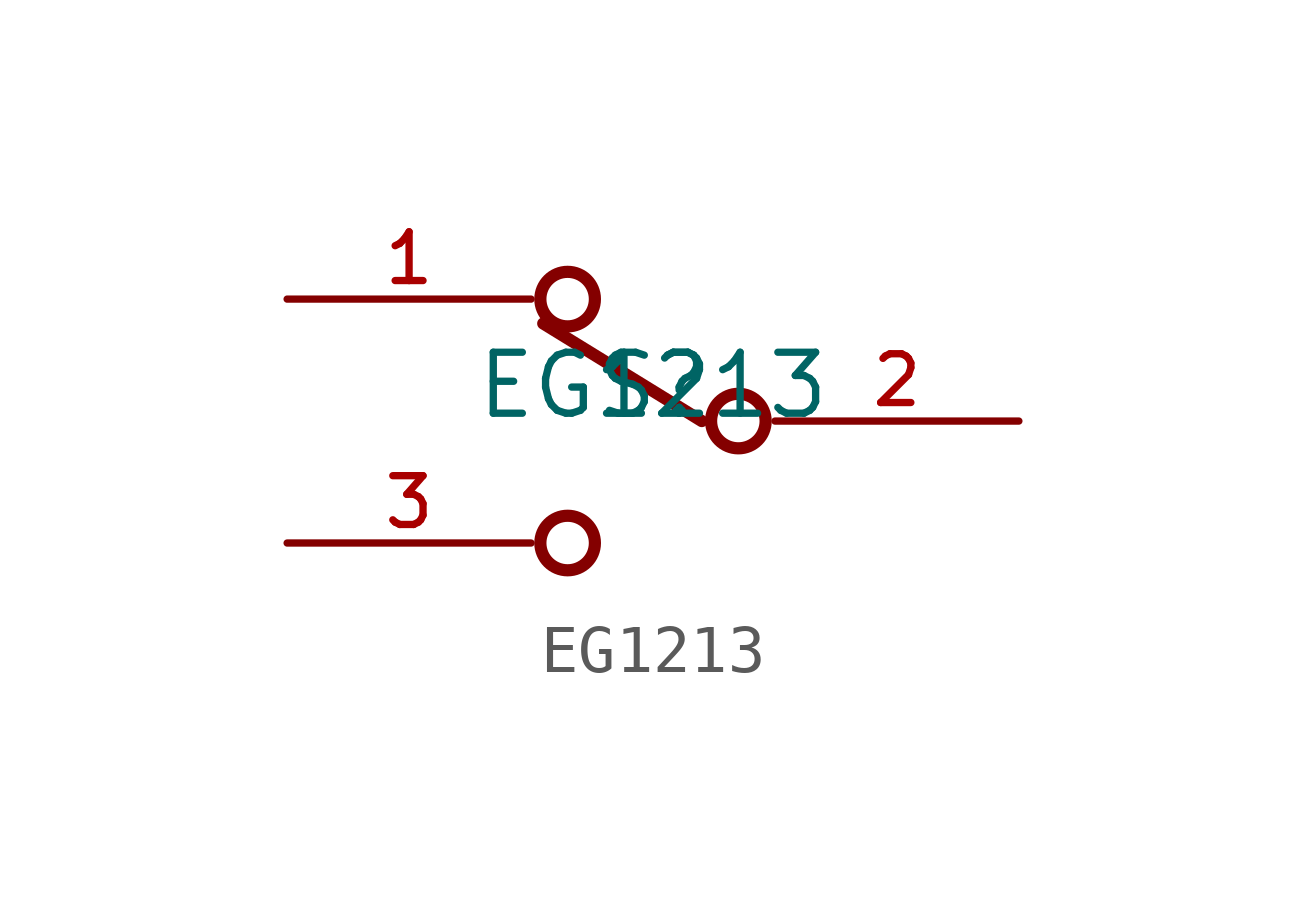
<source format=kicad_sym>
(kicad_symbol_lib
  (version 20211014)
  (generator kicad_symbol_editor)
  (symbol "EG1213"
    (pin_names
      (offset 1.016))
    (property "Reference" "S"
      (at 0 0 0)
      (effects (font (size 1.27 1.27)) (justify bottom)))
    (property "Value" "EG1213"
      (at 0 0.0 0)
      (effects (font (size 1.27 1.27)) (justify bottom)))
    (symbol "EG1213_0_0"
      (circle (center -1.778 2.54) (radius 0.568) (stroke (width 0.254)) (fill (type none)))
      (circle (center -1.778 -2.54) (radius 0.568) (stroke (width 0.254)) (fill (type none)))
      (circle (center 1.778 0.0) (radius 0.568) (stroke (width 0.254)) (fill (type none)))
      (polyline (pts (xy 1.016 0.0) (xy -2.286 2.032)) (stroke (width 0.254)))
      (pin passive line (at -7.62 2.54 0) (length 5.08) (name "~" (effects (font (size 1.016 1.016)))) (number "1" (effects (font (size 1.016 1.016)))))
      (pin passive line (at -7.62 -2.54 0) (length 5.08) (name "~" (effects (font (size 1.016 1.016)))) (number "3" (effects (font (size 1.016 1.016)))))
      (pin passive line (at 7.62 0.0 180.0) (length 5.08) (name "~" (effects (font (size 1.016 1.016)))) (number "2" (effects (font (size 1.016 1.016))))))))
</source>
